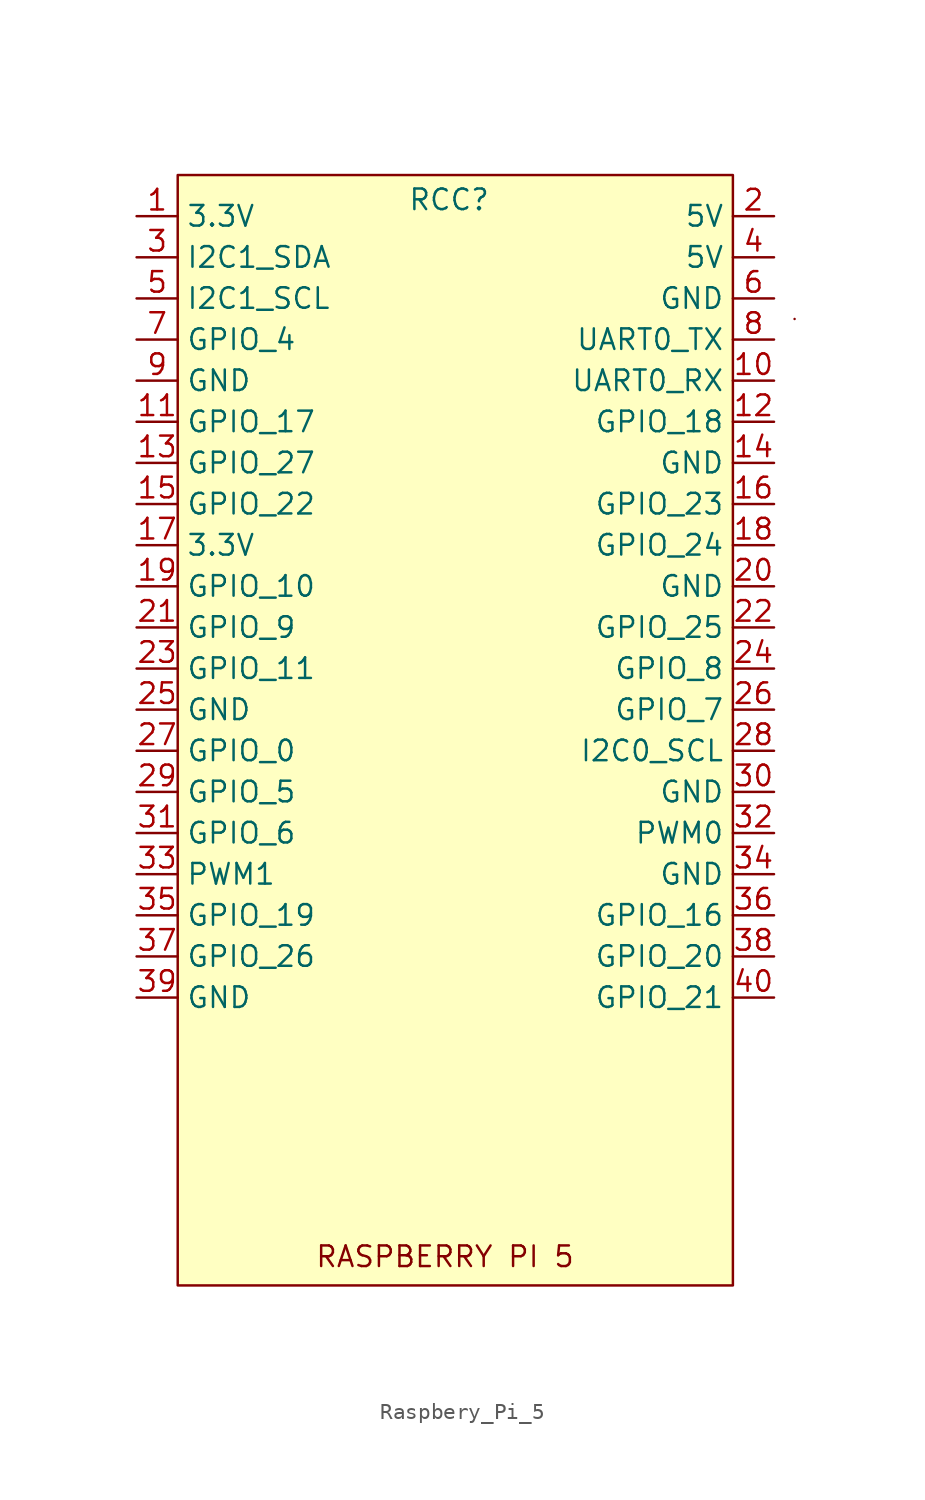
<source format=kicad_sym>
(kicad_symbol_lib
  (version 20241209)
  (generator "kicad_symbol_editor")
  (generator_version "9.0")
  (symbol "Raspbery_Pi_5"
    (property "Reference" "RCC"
      (at 0.254 27.686 0)
      (effects (font (size 1.27 1.27))))
    (property "Value" ""
      (at 0 0 0)
      (effects (font (size 1.27 1.27))))
    (symbol "Raspbery_Pi_5_0_1"
      (rectangle (start 21.59 20.32) (end 21.59 20.32) (stroke (width 0) (type default)) (fill (type none))))
    (symbol "Raspbery_Pi_5_1_1"
      (rectangle (start -16.51 29.21) (end 17.78 -39.37) (stroke (width 0) (type solid)) (fill (type color) (color 255 255 194 1)))
      (text "RASPBERRY PI 5" (at 0 -37.592 0) (effects (font (size 1.27 1.27))))
      (pin passive line (at -19.05 26.67 0) (length 2.54) (name "3.3V" (effects (font (size 1.27 1.27)))) (number "1" (effects (font (size 1.27 1.27)))))
      (pin passive line (at -19.05 24.13 0) (length 2.54) (name "I2C1_SDA" (effects (font (size 1.27 1.27)))) (number "3" (effects (font (size 1.27 1.27)))))
      (pin passive line (at -19.05 21.59 0) (length 2.54) (name "I2C1_SCL" (effects (font (size 1.27 1.27)))) (number "5" (effects (font (size 1.27 1.27)))))
      (pin passive line (at -19.05 19.05 0) (length 2.54) (name "GPIO_4" (effects (font (size 1.27 1.27)))) (number "7" (effects (font (size 1.27 1.27)))))
      (pin passive line (at -19.05 16.51 0) (length 2.54) (name "GND" (effects (font (size 1.27 1.27)))) (number "9" (effects (font (size 1.27 1.27)))))
      (pin passive line (at -19.05 13.97 0) (length 2.54) (name "GPIO_17" (effects (font (size 1.27 1.27)))) (number "11" (effects (font (size 1.27 1.27)))))
      (pin passive line (at -19.05 11.43 0) (length 2.54) (name "GPIO_27" (effects (font (size 1.27 1.27)))) (number "13" (effects (font (size 1.27 1.27)))))
      (pin passive line (at -19.05 8.89 0) (length 2.54) (name "GPIO_22" (effects (font (size 1.27 1.27)))) (number "15" (effects (font (size 1.27 1.27)))))
      (pin passive line (at -19.05 6.35 0) (length 2.54) (name "3.3V" (effects (font (size 1.27 1.27)))) (number "17" (effects (font (size 1.27 1.27)))))
      (pin passive line (at -19.05 3.81 0) (length 2.54) (name "GPIO_10" (effects (font (size 1.27 1.27)))) (number "19" (effects (font (size 1.27 1.27)))))
      (pin passive line (at -19.05 1.27 0) (length 2.54) (name "GPIO_9" (effects (font (size 1.27 1.27)))) (number "21" (effects (font (size 1.27 1.27)))))
      (pin passive line (at -19.05 -1.27 0) (length 2.54) (name "GPIO_11" (effects (font (size 1.27 1.27)))) (number "23" (effects (font (size 1.27 1.27)))))
      (pin passive line (at -19.05 -3.81 0) (length 2.54) (name "GND" (effects (font (size 1.27 1.27)))) (number "25" (effects (font (size 1.27 1.27)))))
      (pin passive line (at -19.05 -6.35 0) (length 2.54) (name "GPIO_0" (effects (font (size 1.27 1.27)))) (number "27" (effects (font (size 1.27 1.27)))))
      (pin passive line (at -19.05 -8.89 0) (length 2.54) (name "GPIO_5" (effects (font (size 1.27 1.27)))) (number "29" (effects (font (size 1.27 1.27)))))
      (pin passive line (at -19.05 -11.43 0) (length 2.54) (name "GPIO_6" (effects (font (size 1.27 1.27)))) (number "31" (effects (font (size 1.27 1.27)))))
      (pin passive line (at -19.05 -13.97 0) (length 2.54) (name "PWM1" (effects (font (size 1.27 1.27)))) (number "33" (effects (font (size 1.27 1.27)))))
      (pin passive line (at -19.05 -16.51 0) (length 2.54) (name "GPIO_19" (effects (font (size 1.27 1.27)))) (number "35" (effects (font (size 1.27 1.27)))))
      (pin passive line (at -19.05 -19.05 0) (length 2.54) (name "GPIO_26" (effects (font (size 1.27 1.27)))) (number "37" (effects (font (size 1.27 1.27)))))
      (pin passive line (at -19.05 -21.59 0) (length 2.54) (name "GND" (effects (font (size 1.27 1.27)))) (number "39" (effects (font (size 1.27 1.27)))))
      (pin passive line (at 20.32 26.67 180) (length 2.54) (name "5V" (effects (font (size 1.27 1.27)))) (number "2" (effects (font (size 1.27 1.27)))))
      (pin passive line (at 20.32 24.13 180) (length 2.54) (name "5V" (effects (font (size 1.27 1.27)))) (number "4" (effects (font (size 1.27 1.27)))))
      (pin passive line (at 20.32 21.59 180) (length 2.54) (name "GND" (effects (font (size 1.27 1.27)))) (number "6" (effects (font (size 1.27 1.27)))))
      (pin passive line (at 20.32 19.05 180) (length 2.54) (name "UART0_TX" (effects (font (size 1.27 1.27)))) (number "8" (effects (font (size 1.27 1.27)))))
      (pin passive line (at 20.32 16.51 180) (length 2.54) (name "UART0_RX" (effects (font (size 1.27 1.27)))) (number "10" (effects (font (size 1.27 1.27)))))
      (pin passive line (at 20.32 13.97 180) (length 2.54) (name "GPIO_18" (effects (font (size 1.27 1.27)))) (number "12" (effects (font (size 1.27 1.27)))))
      (pin passive line (at 20.32 11.43 180) (length 2.54) (name "GND" (effects (font (size 1.27 1.27)))) (number "14" (effects (font (size 1.27 1.27)))))
      (pin passive line (at 20.32 8.89 180) (length 2.54) (name "GPIO_23" (effects (font (size 1.27 1.27)))) (number "16" (effects (font (size 1.27 1.27)))))
      (pin passive line (at 20.32 6.35 180) (length 2.54) (name "GPIO_24" (effects (font (size 1.27 1.27)))) (number "18" (effects (font (size 1.27 1.27)))))
      (pin passive line (at 20.32 3.81 180) (length 2.54) (name "GND" (effects (font (size 1.27 1.27)))) (number "20" (effects (font (size 1.27 1.27)))))
      (pin passive line (at 20.32 1.27 180) (length 2.54) (name "GPIO_25" (effects (font (size 1.27 1.27)))) (number "22" (effects (font (size 1.27 1.27)))))
      (pin passive line (at 20.32 -1.27 180) (length 2.54) (name "GPIO_8" (effects (font (size 1.27 1.27)))) (number "24" (effects (font (size 1.27 1.27)))))
      (pin passive line (at 20.32 -3.81 180) (length 2.54) (name "GPIO_7" (effects (font (size 1.27 1.27)))) (number "26" (effects (font (size 1.27 1.27)))))
      (pin passive line (at 20.32 -6.35 180) (length 2.54) (name "I2C0_SCL" (effects (font (size 1.27 1.27)))) (number "28" (effects (font (size 1.27 1.27)))))
      (pin passive line (at 20.32 -8.89 180) (length 2.54) (name "GND" (effects (font (size 1.27 1.27)))) (number "30" (effects (font (size 1.27 1.27)))))
      (pin passive line (at 20.32 -11.43 180) (length 2.54) (name "PWM0" (effects (font (size 1.27 1.27)))) (number "32" (effects (font (size 1.27 1.27)))))
      (pin passive line (at 20.32 -13.97 180) (length 2.54) (name "GND" (effects (font (size 1.27 1.27)))) (number "34" (effects (font (size 1.27 1.27)))))
      (pin passive line (at 20.32 -16.51 180) (length 2.54) (name "GPIO_16" (effects (font (size 1.27 1.27)))) (number "36" (effects (font (size 1.27 1.27)))))
      (pin passive line (at 20.32 -19.05 180) (length 2.54) (name "GPIO_20" (effects (font (size 1.27 1.27)))) (number "38" (effects (font (size 1.27 1.27)))))
      (pin passive line (at 20.32 -21.59 180) (length 2.54) (name "GPIO_21" (effects (font (size 1.27 1.27)))) (number "40" (effects (font (size 1.27 1.27))))))))
</source>
